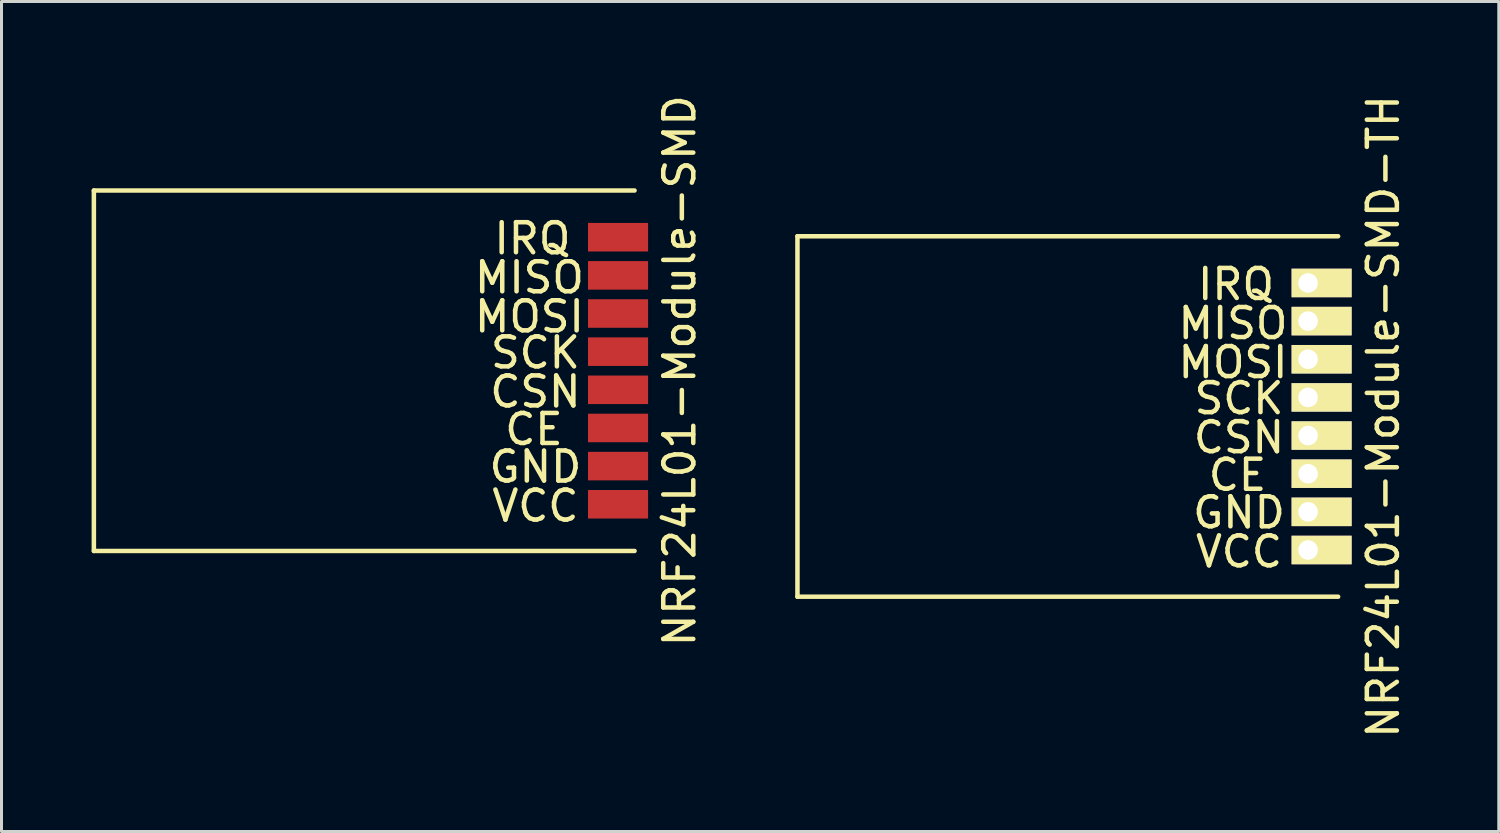
<source format=kicad_pcb>
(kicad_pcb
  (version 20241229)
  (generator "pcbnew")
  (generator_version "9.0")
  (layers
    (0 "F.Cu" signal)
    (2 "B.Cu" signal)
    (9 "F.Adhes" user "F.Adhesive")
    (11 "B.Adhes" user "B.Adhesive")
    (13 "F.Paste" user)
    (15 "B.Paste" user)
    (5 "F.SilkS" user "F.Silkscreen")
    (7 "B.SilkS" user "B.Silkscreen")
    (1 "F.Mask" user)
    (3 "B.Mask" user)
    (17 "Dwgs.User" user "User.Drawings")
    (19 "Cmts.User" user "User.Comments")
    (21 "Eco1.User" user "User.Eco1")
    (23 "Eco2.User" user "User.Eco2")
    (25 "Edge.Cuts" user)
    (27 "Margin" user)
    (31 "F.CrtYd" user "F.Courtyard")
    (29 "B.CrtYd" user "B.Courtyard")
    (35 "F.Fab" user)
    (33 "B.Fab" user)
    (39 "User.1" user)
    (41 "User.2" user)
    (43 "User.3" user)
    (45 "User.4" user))
  (footprint "NRF24L01-Module-SMD"
    (layer "F.Cu")
    (at 17.075 9.292)
    (property "Reference" "NRF24L01-Module-SMD" (at 2.5 0 270) (layer "F.SilkS") (effects (font (size 1 1) (thickness 0.15))))
    (attr through_hole)
    (fp_line (start -17 -6) (end -17 6) (stroke (width 0.15) (type solid)) (layer "F.SilkS"))
    (fp_line (start -17 6) (end 1 6) (stroke (width 0.15) (type solid)) (layer "F.SilkS"))
    (fp_line (start 1 -6) (end -17 -6) (stroke (width 0.15) (type solid)) (layer "F.SilkS"))
    (fp_text user "MOSI" (at -2.5 -1.8 0) (layer "F.SilkS") (effects (font (size 1 1) (thickness 0.15))))
    (fp_text user "VCC" (at -2.3 4.5 0) (layer "F.SilkS") (effects (font (size 1 1) (thickness 0.15))))
    (fp_text user "IRQ" (at -2.4 -4.4 0) (layer "F.SilkS") (effects (font (size 1 1) (thickness 0.15))))
    (fp_text user "CSN" (at -2.3 0.7 0) (layer "F.SilkS") (effects (font (size 1 1) (thickness 0.15))))
    (fp_text user "SCK" (at -2.3 -0.6 0) (layer "F.SilkS") (effects (font (size 1 1) (thickness 0.15))))
    (fp_text user "MISO" (at -2.5 -3.1 0) (layer "F.SilkS") (effects (font (size 1 1) (thickness 0.15))))
    (fp_text user "CE" (at -2.35 1.95 0) (layer "F.SilkS") (effects (font (size 1 1) (thickness 0.15))))
    (fp_text user "GND" (at -2.3 3.2 0) (layer "F.SilkS") (effects (font (size 1 1) (thickness 0.15))))
    (pad "1" smd rect (at 0 4.445) (size 2 0.95) (drill (offset 0.45 0)) (layers "F.Cu" "F.Mask" "F.Paste"))
    (pad "2" smd rect (at 0 3.175) (size 2 0.95) (drill (offset 0.45 0)) (layers "F.Cu" "F.Mask" "F.Paste"))
    (pad "3" smd rect (at 0 1.905) (size 2 0.95) (drill (offset 0.45 0)) (layers "F.Cu" "F.Mask" "F.Paste"))
    (pad "4" smd rect (at 0 0.635) (size 2 0.95) (drill (offset 0.45 0)) (layers "F.Cu" "F.Mask" "F.Paste"))
    (pad "5" smd rect (at 0 -0.635) (size 2 0.95) (drill (offset 0.45 0)) (layers "F.Cu" "F.Mask" "F.Paste"))
    (pad "6" smd rect (at 0 -1.905) (size 2 0.95) (drill (offset 0.45 0)) (layers "F.Cu" "F.Mask" "F.Paste"))
    (pad "7" smd rect (at 0 -3.175) (size 2 0.95) (drill (offset 0.45 0)) (layers "F.Cu" "F.Mask" "F.Paste"))
    (pad "8" smd rect (at 0 -4.445) (size 2 0.95) (drill (offset 0.45 0)) (layers "F.Cu" "F.Mask" "F.Paste")))
  (footprint "NRF24L01-Module-SMD-TH"
    (layer "F.Cu")
    (at 40.498 10.815)
    (property "Reference" "NRF24L01-Module-SMD-TH" (at 2.5 0 270) (layer "F.SilkS") (effects (font (size 1 1) (thickness 0.15))))
    (attr through_hole)
    (fp_line (start -17 -6) (end -17 6) (stroke (width 0.15) (type solid)) (layer "F.SilkS"))
    (fp_line (start -17 6) (end 1 6) (stroke (width 0.15) (type solid)) (layer "F.SilkS"))
    (fp_line (start 1 -6) (end -17 -6) (stroke (width 0.15) (type solid)) (layer "F.SilkS"))
    (fp_text user "CE" (at -2.35 1.95 0) (layer "F.SilkS") (effects (font (size 1 1) (thickness 0.15))))
    (fp_text user "VCC" (at -2.3 4.5 0) (layer "F.SilkS") (effects (font (size 1 1) (thickness 0.15))))
    (fp_text user "MOSI" (at -2.5 -1.8 0) (layer "F.SilkS") (effects (font (size 1 1) (thickness 0.15))))
    (fp_text user "SCK" (at -2.3 -0.6 0) (layer "F.SilkS") (effects (font (size 1 1) (thickness 0.15))))
    (fp_text user "CSN" (at -2.3 0.7 0) (layer "F.SilkS") (effects (font (size 1 1) (thickness 0.15))))
    (fp_text user "GND" (at -2.3 3.2 0) (layer "F.SilkS") (effects (font (size 1 1) (thickness 0.15))))
    (fp_text user "IRQ" (at -2.4 -4.4 0) (layer "F.SilkS") (effects (font (size 1 1) (thickness 0.15))))
    (fp_text user "MISO" (at -2.5 -3.1 0) (layer "F.SilkS") (effects (font (size 1 1) (thickness 0.15))))
    (pad "1" thru_hole rect (at 0 4.445) (size 2 0.95) (drill 0.65 (offset 0.45 0)) (layers "*.Cu" "*.Mask" "F.SilkS"))
    (pad "2" thru_hole rect (at 0 3.175) (size 2 0.95) (drill 0.65 (offset 0.45 0)) (layers "*.Cu" "*.Mask" "F.SilkS"))
    (pad "3" thru_hole rect (at 0 1.905) (size 2 0.95) (drill 0.65 (offset 0.45 0)) (layers "*.Cu" "*.Mask" "F.SilkS"))
    (pad "4" thru_hole rect (at 0 0.635) (size 2 0.95) (drill 0.65 (offset 0.45 0)) (layers "*.Cu" "*.Mask" "F.SilkS"))
    (pad "5" thru_hole rect (at 0 -0.635) (size 2 0.95) (drill 0.65 (offset 0.45 0)) (layers "*.Cu" "*.Mask" "F.SilkS"))
    (pad "6" thru_hole rect (at 0 -1.905) (size 2 0.95) (drill 0.65 (offset 0.45 0)) (layers "*.Cu" "*.Mask" "F.SilkS"))
    (pad "7" thru_hole rect (at 0 -3.175) (size 2 0.95) (drill 0.65 (offset 0.45 0)) (layers "*.Cu" "*.Mask" "F.SilkS"))
    (pad "8" thru_hole rect (at 0 -4.445) (size 2 0.95) (drill 0.65 (offset 0.45 0)) (layers "*.Cu" "*.Mask" "F.SilkS")))
  (gr_rect
    (start -3 -3)
    (end 46.846 24.631)
    (stroke (width 0.1) (type default))
    (fill no)
    (layer "Edge.Cuts")))
</source>
